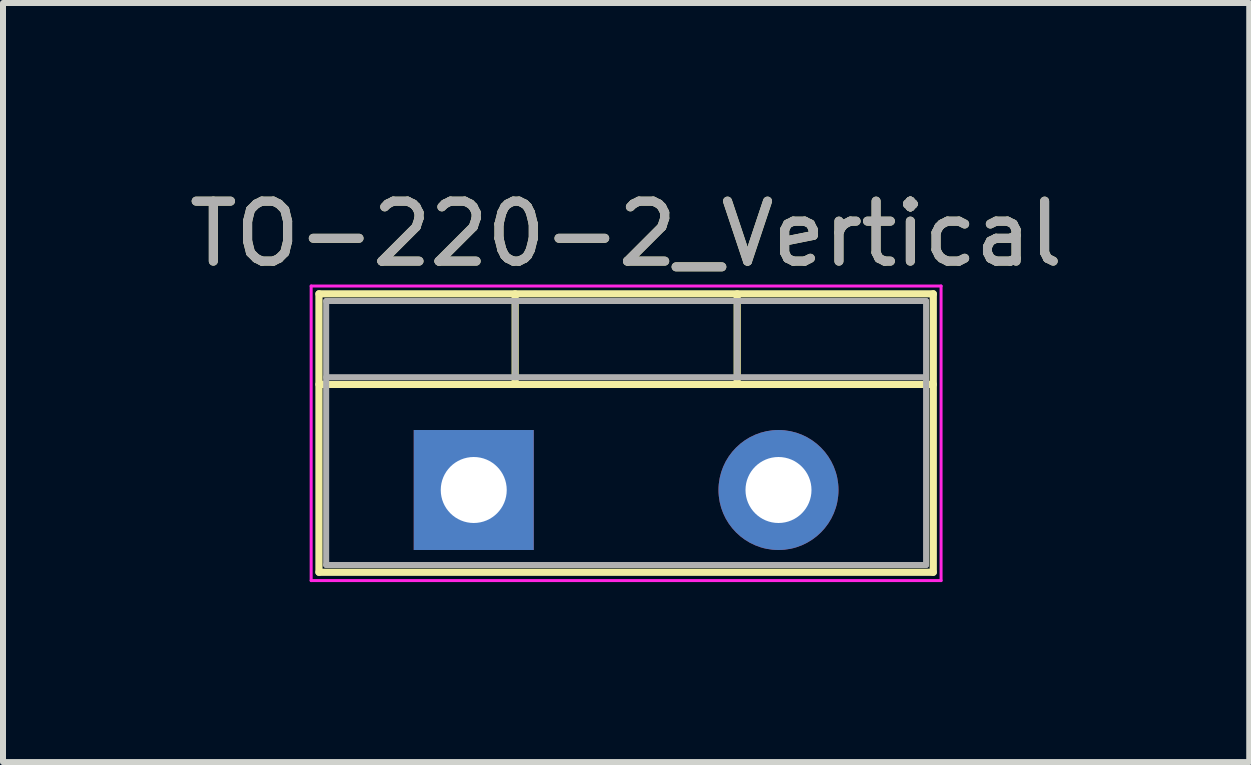
<source format=kicad_pcb>
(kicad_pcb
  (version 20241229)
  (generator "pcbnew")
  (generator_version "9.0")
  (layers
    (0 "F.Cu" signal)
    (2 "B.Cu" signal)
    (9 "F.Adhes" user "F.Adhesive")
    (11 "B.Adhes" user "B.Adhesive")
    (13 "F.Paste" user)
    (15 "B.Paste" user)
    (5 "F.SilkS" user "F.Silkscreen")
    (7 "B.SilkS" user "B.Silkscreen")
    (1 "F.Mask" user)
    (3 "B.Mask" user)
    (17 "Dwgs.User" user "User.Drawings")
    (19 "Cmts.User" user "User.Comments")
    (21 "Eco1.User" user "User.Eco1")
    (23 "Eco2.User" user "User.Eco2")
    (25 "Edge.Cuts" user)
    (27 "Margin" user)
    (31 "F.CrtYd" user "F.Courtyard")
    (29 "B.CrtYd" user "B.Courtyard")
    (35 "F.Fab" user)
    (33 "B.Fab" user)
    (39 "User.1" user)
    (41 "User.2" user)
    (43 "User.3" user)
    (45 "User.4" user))
  (footprint "TO-220-2_Vertical"
    (layer "F.Cu")
    (at 4.847 5.118)
    (property "Reference" "TO-220-2_Vertical" (at 2.54 -4.27 0) (layer "F.SilkS") (effects (font (size 1 1) (thickness 0.15))))
    (attr through_hole)
    (fp_line (start -2.58 -3.27) (end -2.58 1.371) (stroke (width 0.12) (type solid)) (layer "F.SilkS"))
    (fp_line (start -2.58 -3.27) (end 7.66 -3.27) (stroke (width 0.12) (type solid)) (layer "F.SilkS"))
    (fp_line (start -2.58 -1.76) (end 7.66 -1.76) (stroke (width 0.12) (type solid)) (layer "F.SilkS"))
    (fp_line (start -2.58 1.371) (end 7.66 1.371) (stroke (width 0.12) (type solid)) (layer "F.SilkS"))
    (fp_line (start 0.69 -3.27) (end 0.69 -1.76) (stroke (width 0.12) (type solid)) (layer "F.SilkS"))
    (fp_line (start 4.391 -3.27) (end 4.391 -1.76) (stroke (width 0.12) (type solid)) (layer "F.SilkS"))
    (fp_line (start 7.66 -3.27) (end 7.66 1.371) (stroke (width 0.12) (type solid)) (layer "F.SilkS"))
    (fp_line (start -2.71 -3.4) (end -2.71 1.51) (stroke (width 0.05) (type solid)) (layer "F.CrtYd"))
    (fp_line (start -2.71 1.51) (end 7.79 1.51) (stroke (width 0.05) (type solid)) (layer "F.CrtYd"))
    (fp_line (start 7.79 -3.4) (end -2.71 -3.4) (stroke (width 0.05) (type solid)) (layer "F.CrtYd"))
    (fp_line (start 7.79 1.51) (end 7.79 -3.4) (stroke (width 0.05) (type solid)) (layer "F.CrtYd"))
    (fp_line (start -2.46 -3.15) (end -2.46 1.25) (stroke (width 0.1) (type solid)) (layer "F.Fab"))
    (fp_line (start -2.46 -1.88) (end 7.54 -1.88) (stroke (width 0.1) (type solid)) (layer "F.Fab"))
    (fp_line (start -2.46 1.25) (end 7.54 1.25) (stroke (width 0.1) (type solid)) (layer "F.Fab"))
    (fp_line (start 0.69 -3.15) (end 0.69 -1.88) (stroke (width 0.1) (type solid)) (layer "F.Fab"))
    (fp_line (start 4.39 -3.15) (end 4.39 -1.88) (stroke (width 0.1) (type solid)) (layer "F.Fab"))
    (fp_line (start 7.54 -3.15) (end -2.46 -3.15) (stroke (width 0.1) (type solid)) (layer "F.Fab"))
    (fp_line (start 7.54 1.25) (end 7.54 -3.15) (stroke (width 0.1) (type solid)) (layer "F.Fab"))
    (fp_text user "${REFERENCE}" (at 2.54 -4.27 0) (layer "F.Fab") (effects (font (size 1 1) (thickness 0.15))))
    (pad "1" thru_hole rect (at 0 0) (size 2 2) (drill 1.1) (layers "*.Cu" "*.Mask"))
    (pad "2" thru_hole oval (at 5.08 0) (size 2 2) (drill 1.1) (layers "*.Cu" "*.Mask")))
  (gr_rect
    (start -3 -3)
    (end 17.774 9.653)
    (stroke (width 0.1) (type default))
    (fill no)
    (layer "Edge.Cuts")))
</source>
